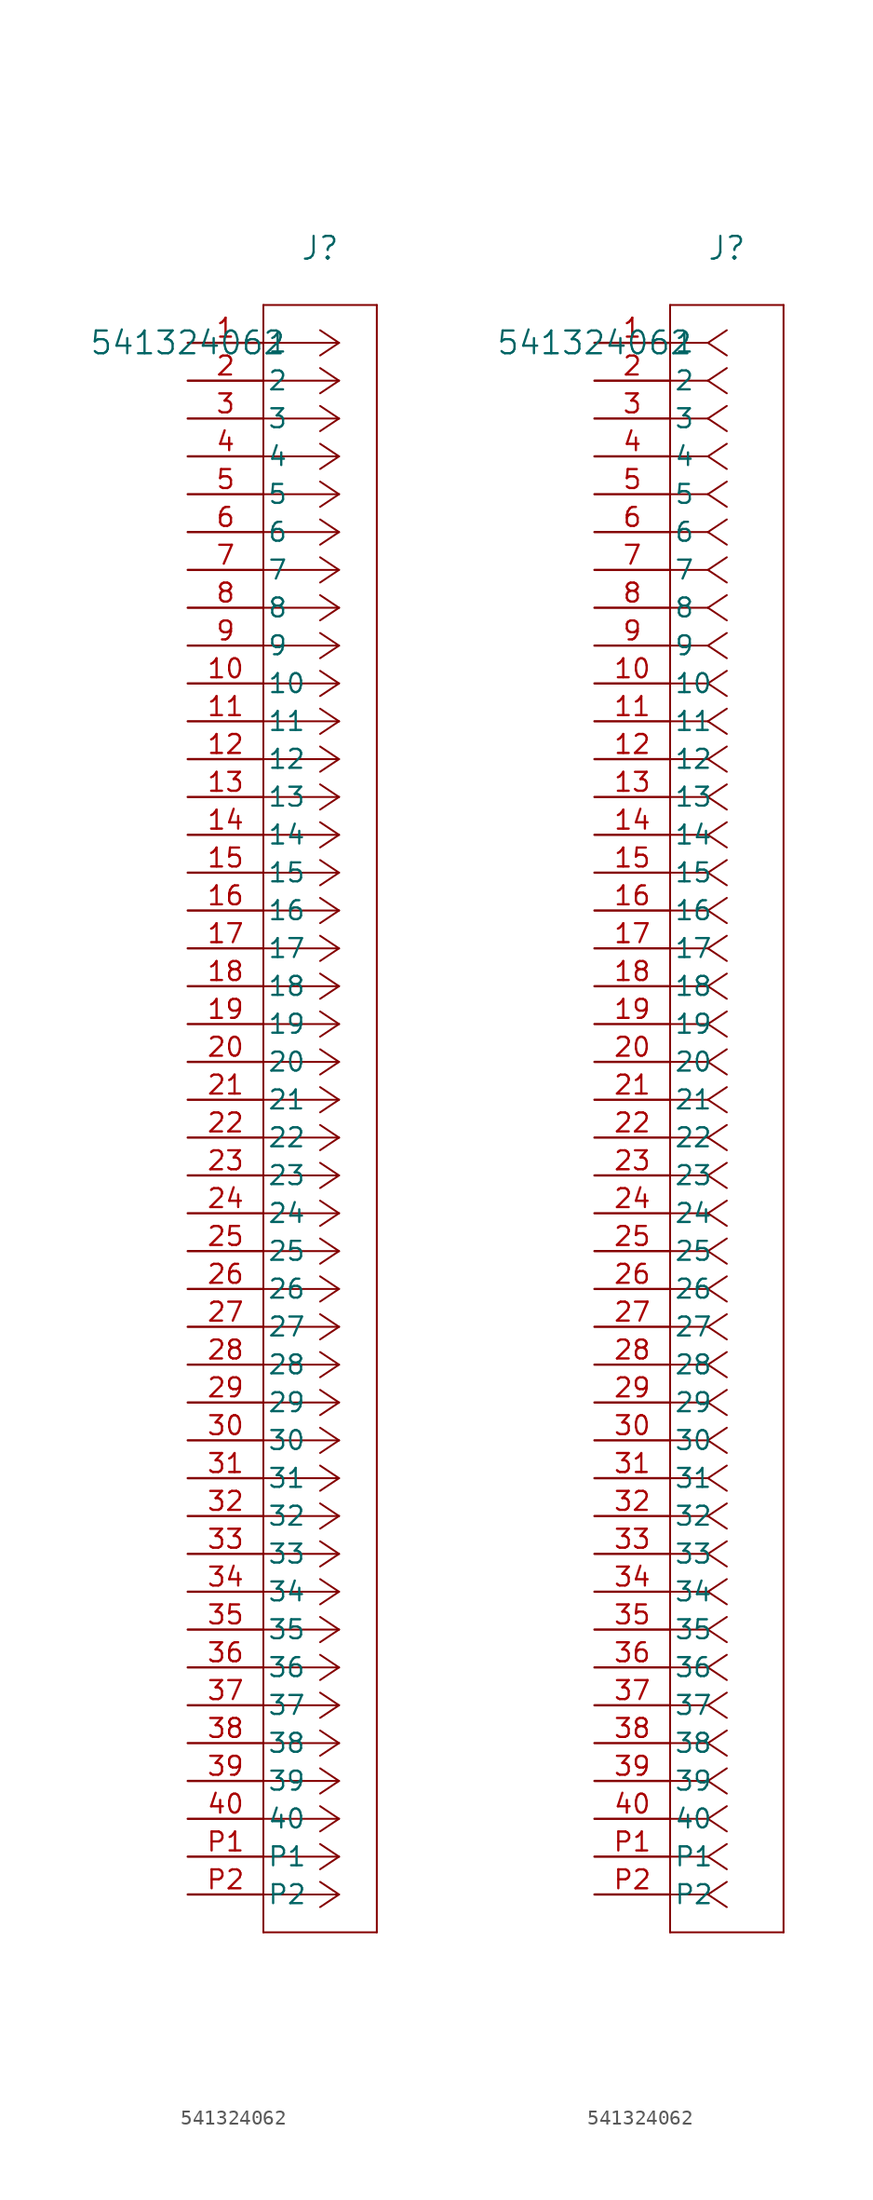
<source format=kicad_sym>
(kicad_symbol_lib
  (version 20241209)
  (generator "kicad_symbol_editor")
  (generator_version "9.0")
  (symbol "541324062"
    (pin_names
      (offset 0.254))
    (property "Reference" "J"
      (at 8.89 6.35 0)
      (effects (font (size 1.524 1.524))))
    (property "Value" "541324062"
      (at 0 0 0)
      (effects (font (size 1.524 1.524))))
    (symbol "541324062_1_1"
      (polyline (pts (xy 5.08 2.54) (xy 5.08 -106.68)) (stroke (width 0.127) (type default)) (fill (type none)))
      (polyline (pts (xy 5.08 -106.68) (xy 12.7 -106.68)) (stroke (width 0.127) (type default)) (fill (type none)))
      (polyline (pts (xy 10.16 0) (xy 5.08 0)) (stroke (width 0.127) (type default)) (fill (type none)))
      (polyline (pts (xy 10.16 0) (xy 8.89 0.847)) (stroke (width 0.127) (type default)) (fill (type none)))
      (polyline (pts (xy 10.16 0) (xy 8.89 -0.847)) (stroke (width 0.127) (type default)) (fill (type none)))
      (polyline (pts (xy 10.16 -2.54) (xy 5.08 -2.54)) (stroke (width 0.127) (type default)) (fill (type none)))
      (polyline (pts (xy 10.16 -2.54) (xy 8.89 -1.693)) (stroke (width 0.127) (type default)) (fill (type none)))
      (polyline (pts (xy 10.16 -2.54) (xy 8.89 -3.387)) (stroke (width 0.127) (type default)) (fill (type none)))
      (polyline (pts (xy 10.16 -5.08) (xy 5.08 -5.08)) (stroke (width 0.127) (type default)) (fill (type none)))
      (polyline (pts (xy 10.16 -5.08) (xy 8.89 -4.233)) (stroke (width 0.127) (type default)) (fill (type none)))
      (polyline (pts (xy 10.16 -5.08) (xy 8.89 -5.927)) (stroke (width 0.127) (type default)) (fill (type none)))
      (polyline (pts (xy 10.16 -7.62) (xy 5.08 -7.62)) (stroke (width 0.127) (type default)) (fill (type none)))
      (polyline (pts (xy 10.16 -7.62) (xy 8.89 -6.773)) (stroke (width 0.127) (type default)) (fill (type none)))
      (polyline (pts (xy 10.16 -7.62) (xy 8.89 -8.467)) (stroke (width 0.127) (type default)) (fill (type none)))
      (polyline (pts (xy 10.16 -10.16) (xy 5.08 -10.16)) (stroke (width 0.127) (type default)) (fill (type none)))
      (polyline (pts (xy 10.16 -10.16) (xy 8.89 -9.313)) (stroke (width 0.127) (type default)) (fill (type none)))
      (polyline (pts (xy 10.16 -10.16) (xy 8.89 -11.007)) (stroke (width 0.127) (type default)) (fill (type none)))
      (polyline (pts (xy 10.16 -12.7) (xy 5.08 -12.7)) (stroke (width 0.127) (type default)) (fill (type none)))
      (polyline (pts (xy 10.16 -12.7) (xy 8.89 -11.853)) (stroke (width 0.127) (type default)) (fill (type none)))
      (polyline (pts (xy 10.16 -12.7) (xy 8.89 -13.547)) (stroke (width 0.127) (type default)) (fill (type none)))
      (polyline (pts (xy 10.16 -15.24) (xy 5.08 -15.24)) (stroke (width 0.127) (type default)) (fill (type none)))
      (polyline (pts (xy 10.16 -15.24) (xy 8.89 -14.393)) (stroke (width 0.127) (type default)) (fill (type none)))
      (polyline (pts (xy 10.16 -15.24) (xy 8.89 -16.087)) (stroke (width 0.127) (type default)) (fill (type none)))
      (polyline (pts (xy 10.16 -17.78) (xy 5.08 -17.78)) (stroke (width 0.127) (type default)) (fill (type none)))
      (polyline (pts (xy 10.16 -17.78) (xy 8.89 -16.933)) (stroke (width 0.127) (type default)) (fill (type none)))
      (polyline (pts (xy 10.16 -17.78) (xy 8.89 -18.627)) (stroke (width 0.127) (type default)) (fill (type none)))
      (polyline (pts (xy 10.16 -20.32) (xy 5.08 -20.32)) (stroke (width 0.127) (type default)) (fill (type none)))
      (polyline (pts (xy 10.16 -20.32) (xy 8.89 -19.473)) (stroke (width 0.127) (type default)) (fill (type none)))
      (polyline (pts (xy 10.16 -20.32) (xy 8.89 -21.167)) (stroke (width 0.127) (type default)) (fill (type none)))
      (polyline (pts (xy 10.16 -22.86) (xy 5.08 -22.86)) (stroke (width 0.127) (type default)) (fill (type none)))
      (polyline (pts (xy 10.16 -22.86) (xy 8.89 -22.013)) (stroke (width 0.127) (type default)) (fill (type none)))
      (polyline (pts (xy 10.16 -22.86) (xy 8.89 -23.707)) (stroke (width 0.127) (type default)) (fill (type none)))
      (polyline (pts (xy 10.16 -25.4) (xy 5.08 -25.4)) (stroke (width 0.127) (type default)) (fill (type none)))
      (polyline (pts (xy 10.16 -25.4) (xy 8.89 -24.553)) (stroke (width 0.127) (type default)) (fill (type none)))
      (polyline (pts (xy 10.16 -25.4) (xy 8.89 -26.247)) (stroke (width 0.127) (type default)) (fill (type none)))
      (polyline (pts (xy 10.16 -27.94) (xy 5.08 -27.94)) (stroke (width 0.127) (type default)) (fill (type none)))
      (polyline (pts (xy 10.16 -27.94) (xy 8.89 -27.093)) (stroke (width 0.127) (type default)) (fill (type none)))
      (polyline (pts (xy 10.16 -27.94) (xy 8.89 -28.787)) (stroke (width 0.127) (type default)) (fill (type none)))
      (polyline (pts (xy 10.16 -30.48) (xy 5.08 -30.48)) (stroke (width 0.127) (type default)) (fill (type none)))
      (polyline (pts (xy 10.16 -30.48) (xy 8.89 -29.633)) (stroke (width 0.127) (type default)) (fill (type none)))
      (polyline (pts (xy 10.16 -30.48) (xy 8.89 -31.327)) (stroke (width 0.127) (type default)) (fill (type none)))
      (polyline (pts (xy 10.16 -33.02) (xy 5.08 -33.02)) (stroke (width 0.127) (type default)) (fill (type none)))
      (polyline (pts (xy 10.16 -33.02) (xy 8.89 -32.173)) (stroke (width 0.127) (type default)) (fill (type none)))
      (polyline (pts (xy 10.16 -33.02) (xy 8.89 -33.867)) (stroke (width 0.127) (type default)) (fill (type none)))
      (polyline (pts (xy 10.16 -35.56) (xy 5.08 -35.56)) (stroke (width 0.127) (type default)) (fill (type none)))
      (polyline (pts (xy 10.16 -35.56) (xy 8.89 -34.713)) (stroke (width 0.127) (type default)) (fill (type none)))
      (polyline (pts (xy 10.16 -35.56) (xy 8.89 -36.407)) (stroke (width 0.127) (type default)) (fill (type none)))
      (polyline (pts (xy 10.16 -38.1) (xy 5.08 -38.1)) (stroke (width 0.127) (type default)) (fill (type none)))
      (polyline (pts (xy 10.16 -38.1) (xy 8.89 -37.253)) (stroke (width 0.127) (type default)) (fill (type none)))
      (polyline (pts (xy 10.16 -38.1) (xy 8.89 -38.947)) (stroke (width 0.127) (type default)) (fill (type none)))
      (polyline (pts (xy 10.16 -40.64) (xy 5.08 -40.64)) (stroke (width 0.127) (type default)) (fill (type none)))
      (polyline (pts (xy 10.16 -40.64) (xy 8.89 -39.793)) (stroke (width 0.127) (type default)) (fill (type none)))
      (polyline (pts (xy 10.16 -40.64) (xy 8.89 -41.487)) (stroke (width 0.127) (type default)) (fill (type none)))
      (polyline (pts (xy 10.16 -43.18) (xy 5.08 -43.18)) (stroke (width 0.127) (type default)) (fill (type none)))
      (polyline (pts (xy 10.16 -43.18) (xy 8.89 -42.333)) (stroke (width 0.127) (type default)) (fill (type none)))
      (polyline (pts (xy 10.16 -43.18) (xy 8.89 -44.027)) (stroke (width 0.127) (type default)) (fill (type none)))
      (polyline (pts (xy 10.16 -45.72) (xy 5.08 -45.72)) (stroke (width 0.127) (type default)) (fill (type none)))
      (polyline (pts (xy 10.16 -45.72) (xy 8.89 -44.873)) (stroke (width 0.127) (type default)) (fill (type none)))
      (polyline (pts (xy 10.16 -45.72) (xy 8.89 -46.567)) (stroke (width 0.127) (type default)) (fill (type none)))
      (polyline (pts (xy 10.16 -48.26) (xy 5.08 -48.26)) (stroke (width 0.127) (type default)) (fill (type none)))
      (polyline (pts (xy 10.16 -48.26) (xy 8.89 -47.413)) (stroke (width 0.127) (type default)) (fill (type none)))
      (polyline (pts (xy 10.16 -48.26) (xy 8.89 -49.107)) (stroke (width 0.127) (type default)) (fill (type none)))
      (polyline (pts (xy 10.16 -50.8) (xy 5.08 -50.8)) (stroke (width 0.127) (type default)) (fill (type none)))
      (polyline (pts (xy 10.16 -50.8) (xy 8.89 -49.953)) (stroke (width 0.127) (type default)) (fill (type none)))
      (polyline (pts (xy 10.16 -50.8) (xy 8.89 -51.647)) (stroke (width 0.127) (type default)) (fill (type none)))
      (polyline (pts (xy 10.16 -53.34) (xy 5.08 -53.34)) (stroke (width 0.127) (type default)) (fill (type none)))
      (polyline (pts (xy 10.16 -53.34) (xy 8.89 -52.493)) (stroke (width 0.127) (type default)) (fill (type none)))
      (polyline (pts (xy 10.16 -53.34) (xy 8.89 -54.187)) (stroke (width 0.127) (type default)) (fill (type none)))
      (polyline (pts (xy 10.16 -55.88) (xy 5.08 -55.88)) (stroke (width 0.127) (type default)) (fill (type none)))
      (polyline (pts (xy 10.16 -55.88) (xy 8.89 -55.033)) (stroke (width 0.127) (type default)) (fill (type none)))
      (polyline (pts (xy 10.16 -55.88) (xy 8.89 -56.727)) (stroke (width 0.127) (type default)) (fill (type none)))
      (polyline (pts (xy 10.16 -58.42) (xy 5.08 -58.42)) (stroke (width 0.127) (type default)) (fill (type none)))
      (polyline (pts (xy 10.16 -58.42) (xy 8.89 -57.573)) (stroke (width 0.127) (type default)) (fill (type none)))
      (polyline (pts (xy 10.16 -58.42) (xy 8.89 -59.267)) (stroke (width 0.127) (type default)) (fill (type none)))
      (polyline (pts (xy 10.16 -60.96) (xy 5.08 -60.96)) (stroke (width 0.127) (type default)) (fill (type none)))
      (polyline (pts (xy 10.16 -60.96) (xy 8.89 -60.113)) (stroke (width 0.127) (type default)) (fill (type none)))
      (polyline (pts (xy 10.16 -60.96) (xy 8.89 -61.807)) (stroke (width 0.127) (type default)) (fill (type none)))
      (polyline (pts (xy 10.16 -63.5) (xy 5.08 -63.5)) (stroke (width 0.127) (type default)) (fill (type none)))
      (polyline (pts (xy 10.16 -63.5) (xy 8.89 -62.653)) (stroke (width 0.127) (type default)) (fill (type none)))
      (polyline (pts (xy 10.16 -63.5) (xy 8.89 -64.347)) (stroke (width 0.127) (type default)) (fill (type none)))
      (polyline (pts (xy 10.16 -66.04) (xy 5.08 -66.04)) (stroke (width 0.127) (type default)) (fill (type none)))
      (polyline (pts (xy 10.16 -66.04) (xy 8.89 -65.193)) (stroke (width 0.127) (type default)) (fill (type none)))
      (polyline (pts (xy 10.16 -66.04) (xy 8.89 -66.887)) (stroke (width 0.127) (type default)) (fill (type none)))
      (polyline (pts (xy 10.16 -68.58) (xy 5.08 -68.58)) (stroke (width 0.127) (type default)) (fill (type none)))
      (polyline (pts (xy 10.16 -68.58) (xy 8.89 -67.733)) (stroke (width 0.127) (type default)) (fill (type none)))
      (polyline (pts (xy 10.16 -68.58) (xy 8.89 -69.427)) (stroke (width 0.127) (type default)) (fill (type none)))
      (polyline (pts (xy 10.16 -71.12) (xy 5.08 -71.12)) (stroke (width 0.127) (type default)) (fill (type none)))
      (polyline (pts (xy 10.16 -71.12) (xy 8.89 -70.273)) (stroke (width 0.127) (type default)) (fill (type none)))
      (polyline (pts (xy 10.16 -71.12) (xy 8.89 -71.967)) (stroke (width 0.127) (type default)) (fill (type none)))
      (polyline (pts (xy 10.16 -73.66) (xy 5.08 -73.66)) (stroke (width 0.127) (type default)) (fill (type none)))
      (polyline (pts (xy 10.16 -73.66) (xy 8.89 -72.813)) (stroke (width 0.127) (type default)) (fill (type none)))
      (polyline (pts (xy 10.16 -73.66) (xy 8.89 -74.507)) (stroke (width 0.127) (type default)) (fill (type none)))
      (polyline (pts (xy 10.16 -76.2) (xy 5.08 -76.2)) (stroke (width 0.127) (type default)) (fill (type none)))
      (polyline (pts (xy 10.16 -76.2) (xy 8.89 -75.353)) (stroke (width 0.127) (type default)) (fill (type none)))
      (polyline (pts (xy 10.16 -76.2) (xy 8.89 -77.047)) (stroke (width 0.127) (type default)) (fill (type none)))
      (polyline (pts (xy 10.16 -78.74) (xy 5.08 -78.74)) (stroke (width 0.127) (type default)) (fill (type none)))
      (polyline (pts (xy 10.16 -78.74) (xy 8.89 -77.893)) (stroke (width 0.127) (type default)) (fill (type none)))
      (polyline (pts (xy 10.16 -78.74) (xy 8.89 -79.587)) (stroke (width 0.127) (type default)) (fill (type none)))
      (polyline (pts (xy 10.16 -81.28) (xy 5.08 -81.28)) (stroke (width 0.127) (type default)) (fill (type none)))
      (polyline (pts (xy 10.16 -81.28) (xy 8.89 -80.433)) (stroke (width 0.127) (type default)) (fill (type none)))
      (polyline (pts (xy 10.16 -81.28) (xy 8.89 -82.127)) (stroke (width 0.127) (type default)) (fill (type none)))
      (polyline (pts (xy 10.16 -83.82) (xy 5.08 -83.82)) (stroke (width 0.127) (type default)) (fill (type none)))
      (polyline (pts (xy 10.16 -83.82) (xy 8.89 -82.973)) (stroke (width 0.127) (type default)) (fill (type none)))
      (polyline (pts (xy 10.16 -83.82) (xy 8.89 -84.667)) (stroke (width 0.127) (type default)) (fill (type none)))
      (polyline (pts (xy 10.16 -86.36) (xy 5.08 -86.36)) (stroke (width 0.127) (type default)) (fill (type none)))
      (polyline (pts (xy 10.16 -86.36) (xy 8.89 -85.513)) (stroke (width 0.127) (type default)) (fill (type none)))
      (polyline (pts (xy 10.16 -86.36) (xy 8.89 -87.207)) (stroke (width 0.127) (type default)) (fill (type none)))
      (polyline (pts (xy 10.16 -88.9) (xy 5.08 -88.9)) (stroke (width 0.127) (type default)) (fill (type none)))
      (polyline (pts (xy 10.16 -88.9) (xy 8.89 -88.053)) (stroke (width 0.127) (type default)) (fill (type none)))
      (polyline (pts (xy 10.16 -88.9) (xy 8.89 -89.747)) (stroke (width 0.127) (type default)) (fill (type none)))
      (polyline (pts (xy 10.16 -91.44) (xy 5.08 -91.44)) (stroke (width 0.127) (type default)) (fill (type none)))
      (polyline (pts (xy 10.16 -91.44) (xy 8.89 -90.593)) (stroke (width 0.127) (type default)) (fill (type none)))
      (polyline (pts (xy 10.16 -91.44) (xy 8.89 -92.287)) (stroke (width 0.127) (type default)) (fill (type none)))
      (polyline (pts (xy 10.16 -93.98) (xy 5.08 -93.98)) (stroke (width 0.127) (type default)) (fill (type none)))
      (polyline (pts (xy 10.16 -93.98) (xy 8.89 -93.133)) (stroke (width 0.127) (type default)) (fill (type none)))
      (polyline (pts (xy 10.16 -93.98) (xy 8.89 -94.827)) (stroke (width 0.127) (type default)) (fill (type none)))
      (polyline (pts (xy 10.16 -96.52) (xy 5.08 -96.52)) (stroke (width 0.127) (type default)) (fill (type none)))
      (polyline (pts (xy 10.16 -96.52) (xy 8.89 -95.673)) (stroke (width 0.127) (type default)) (fill (type none)))
      (polyline (pts (xy 10.16 -96.52) (xy 8.89 -97.367)) (stroke (width 0.127) (type default)) (fill (type none)))
      (polyline (pts (xy 10.16 -99.06) (xy 5.08 -99.06)) (stroke (width 0.127) (type default)) (fill (type none)))
      (polyline (pts (xy 10.16 -99.06) (xy 8.89 -98.213)) (stroke (width 0.127) (type default)) (fill (type none)))
      (polyline (pts (xy 10.16 -99.06) (xy 8.89 -99.907)) (stroke (width 0.127) (type default)) (fill (type none)))
      (polyline (pts (xy 10.16 -101.6) (xy 5.08 -101.6)) (stroke (width 0.127) (type default)) (fill (type none)))
      (polyline (pts (xy 10.16 -101.6) (xy 8.89 -100.753)) (stroke (width 0.127) (type default)) (fill (type none)))
      (polyline (pts (xy 10.16 -101.6) (xy 8.89 -102.447)) (stroke (width 0.127) (type default)) (fill (type none)))
      (polyline (pts (xy 10.16 -104.14) (xy 5.08 -104.14)) (stroke (width 0.127) (type default)) (fill (type none)))
      (polyline (pts (xy 10.16 -104.14) (xy 8.89 -103.293)) (stroke (width 0.127) (type default)) (fill (type none)))
      (polyline (pts (xy 10.16 -104.14) (xy 8.89 -104.987)) (stroke (width 0.127) (type default)) (fill (type none)))
      (polyline (pts (xy 12.7 2.54) (xy 5.08 2.54)) (stroke (width 0.127) (type default)) (fill (type none)))
      (polyline (pts (xy 12.7 -106.68) (xy 12.7 2.54)) (stroke (width 0.127) (type default)) (fill (type none)))
      (pin unspecified line (at 0 0 0) (length 5.08) (name "1" (effects (font (size 1.27 1.27)))) (number "1" (effects (font (size 1.27 1.27)))))
      (pin unspecified line (at 0 -2.54 0) (length 5.08) (name "2" (effects (font (size 1.27 1.27)))) (number "2" (effects (font (size 1.27 1.27)))))
      (pin unspecified line (at 0 -5.08 0) (length 5.08) (name "3" (effects (font (size 1.27 1.27)))) (number "3" (effects (font (size 1.27 1.27)))))
      (pin unspecified line (at 0 -7.62 0) (length 5.08) (name "4" (effects (font (size 1.27 1.27)))) (number "4" (effects (font (size 1.27 1.27)))))
      (pin unspecified line (at 0 -10.16 0) (length 5.08) (name "5" (effects (font (size 1.27 1.27)))) (number "5" (effects (font (size 1.27 1.27)))))
      (pin unspecified line (at 0 -12.7 0) (length 5.08) (name "6" (effects (font (size 1.27 1.27)))) (number "6" (effects (font (size 1.27 1.27)))))
      (pin unspecified line (at 0 -15.24 0) (length 5.08) (name "7" (effects (font (size 1.27 1.27)))) (number "7" (effects (font (size 1.27 1.27)))))
      (pin unspecified line (at 0 -17.78 0) (length 5.08) (name "8" (effects (font (size 1.27 1.27)))) (number "8" (effects (font (size 1.27 1.27)))))
      (pin unspecified line (at 0 -20.32 0) (length 5.08) (name "9" (effects (font (size 1.27 1.27)))) (number "9" (effects (font (size 1.27 1.27)))))
      (pin unspecified line (at 0 -22.86 0) (length 5.08) (name "10" (effects (font (size 1.27 1.27)))) (number "10" (effects (font (size 1.27 1.27)))))
      (pin unspecified line (at 0 -25.4 0) (length 5.08) (name "11" (effects (font (size 1.27 1.27)))) (number "11" (effects (font (size 1.27 1.27)))))
      (pin unspecified line (at 0 -27.94 0) (length 5.08) (name "12" (effects (font (size 1.27 1.27)))) (number "12" (effects (font (size 1.27 1.27)))))
      (pin unspecified line (at 0 -30.48 0) (length 5.08) (name "13" (effects (font (size 1.27 1.27)))) (number "13" (effects (font (size 1.27 1.27)))))
      (pin unspecified line (at 0 -33.02 0) (length 5.08) (name "14" (effects (font (size 1.27 1.27)))) (number "14" (effects (font (size 1.27 1.27)))))
      (pin unspecified line (at 0 -35.56 0) (length 5.08) (name "15" (effects (font (size 1.27 1.27)))) (number "15" (effects (font (size 1.27 1.27)))))
      (pin unspecified line (at 0 -38.1 0) (length 5.08) (name "16" (effects (font (size 1.27 1.27)))) (number "16" (effects (font (size 1.27 1.27)))))
      (pin unspecified line (at 0 -40.64 0) (length 5.08) (name "17" (effects (font (size 1.27 1.27)))) (number "17" (effects (font (size 1.27 1.27)))))
      (pin unspecified line (at 0 -43.18 0) (length 5.08) (name "18" (effects (font (size 1.27 1.27)))) (number "18" (effects (font (size 1.27 1.27)))))
      (pin unspecified line (at 0 -45.72 0) (length 5.08) (name "19" (effects (font (size 1.27 1.27)))) (number "19" (effects (font (size 1.27 1.27)))))
      (pin unspecified line (at 0 -48.26 0) (length 5.08) (name "20" (effects (font (size 1.27 1.27)))) (number "20" (effects (font (size 1.27 1.27)))))
      (pin unspecified line (at 0 -50.8 0) (length 5.08) (name "21" (effects (font (size 1.27 1.27)))) (number "21" (effects (font (size 1.27 1.27)))))
      (pin unspecified line (at 0 -53.34 0) (length 5.08) (name "22" (effects (font (size 1.27 1.27)))) (number "22" (effects (font (size 1.27 1.27)))))
      (pin unspecified line (at 0 -55.88 0) (length 5.08) (name "23" (effects (font (size 1.27 1.27)))) (number "23" (effects (font (size 1.27 1.27)))))
      (pin unspecified line (at 0 -58.42 0) (length 5.08) (name "24" (effects (font (size 1.27 1.27)))) (number "24" (effects (font (size 1.27 1.27)))))
      (pin unspecified line (at 0 -60.96 0) (length 5.08) (name "25" (effects (font (size 1.27 1.27)))) (number "25" (effects (font (size 1.27 1.27)))))
      (pin unspecified line (at 0 -63.5 0) (length 5.08) (name "26" (effects (font (size 1.27 1.27)))) (number "26" (effects (font (size 1.27 1.27)))))
      (pin unspecified line (at 0 -66.04 0) (length 5.08) (name "27" (effects (font (size 1.27 1.27)))) (number "27" (effects (font (size 1.27 1.27)))))
      (pin unspecified line (at 0 -68.58 0) (length 5.08) (name "28" (effects (font (size 1.27 1.27)))) (number "28" (effects (font (size 1.27 1.27)))))
      (pin unspecified line (at 0 -71.12 0) (length 5.08) (name "29" (effects (font (size 1.27 1.27)))) (number "29" (effects (font (size 1.27 1.27)))))
      (pin unspecified line (at 0 -73.66 0) (length 5.08) (name "30" (effects (font (size 1.27 1.27)))) (number "30" (effects (font (size 1.27 1.27)))))
      (pin unspecified line (at 0 -76.2 0) (length 5.08) (name "31" (effects (font (size 1.27 1.27)))) (number "31" (effects (font (size 1.27 1.27)))))
      (pin unspecified line (at 0 -78.74 0) (length 5.08) (name "32" (effects (font (size 1.27 1.27)))) (number "32" (effects (font (size 1.27 1.27)))))
      (pin unspecified line (at 0 -81.28 0) (length 5.08) (name "33" (effects (font (size 1.27 1.27)))) (number "33" (effects (font (size 1.27 1.27)))))
      (pin unspecified line (at 0 -83.82 0) (length 5.08) (name "34" (effects (font (size 1.27 1.27)))) (number "34" (effects (font (size 1.27 1.27)))))
      (pin unspecified line (at 0 -86.36 0) (length 5.08) (name "35" (effects (font (size 1.27 1.27)))) (number "35" (effects (font (size 1.27 1.27)))))
      (pin unspecified line (at 0 -88.9 0) (length 5.08) (name "36" (effects (font (size 1.27 1.27)))) (number "36" (effects (font (size 1.27 1.27)))))
      (pin unspecified line (at 0 -91.44 0) (length 5.08) (name "37" (effects (font (size 1.27 1.27)))) (number "37" (effects (font (size 1.27 1.27)))))
      (pin unspecified line (at 0 -93.98 0) (length 5.08) (name "38" (effects (font (size 1.27 1.27)))) (number "38" (effects (font (size 1.27 1.27)))))
      (pin unspecified line (at 0 -96.52 0) (length 5.08) (name "39" (effects (font (size 1.27 1.27)))) (number "39" (effects (font (size 1.27 1.27)))))
      (pin unspecified line (at 0 -99.06 0) (length 5.08) (name "40" (effects (font (size 1.27 1.27)))) (number "40" (effects (font (size 1.27 1.27)))))
      (pin unspecified line (at 0 -101.6 0) (length 5.08) (name "P1" (effects (font (size 1.27 1.27)))) (number "P1" (effects (font (size 1.27 1.27)))))
      (pin unspecified line (at 0 -104.14 0) (length 5.08) (name "P2" (effects (font (size 1.27 1.27)))) (number "P2" (effects (font (size 1.27 1.27))))))
    (symbol "541324062_1_2"
      (polyline (pts (xy 5.08 2.54) (xy 5.08 -106.68)) (stroke (width 0.127) (type default)) (fill (type none)))
      (polyline (pts (xy 5.08 -106.68) (xy 12.7 -106.68)) (stroke (width 0.127) (type default)) (fill (type none)))
      (polyline (pts (xy 7.62 0) (xy 5.08 0)) (stroke (width 0.127) (type default)) (fill (type none)))
      (polyline (pts (xy 7.62 0) (xy 8.89 0.847)) (stroke (width 0.127) (type default)) (fill (type none)))
      (polyline (pts (xy 7.62 0) (xy 8.89 -0.847)) (stroke (width 0.127) (type default)) (fill (type none)))
      (polyline (pts (xy 7.62 -2.54) (xy 5.08 -2.54)) (stroke (width 0.127) (type default)) (fill (type none)))
      (polyline (pts (xy 7.62 -2.54) (xy 8.89 -1.693)) (stroke (width 0.127) (type default)) (fill (type none)))
      (polyline (pts (xy 7.62 -2.54) (xy 8.89 -3.387)) (stroke (width 0.127) (type default)) (fill (type none)))
      (polyline (pts (xy 7.62 -5.08) (xy 5.08 -5.08)) (stroke (width 0.127) (type default)) (fill (type none)))
      (polyline (pts (xy 7.62 -5.08) (xy 8.89 -4.233)) (stroke (width 0.127) (type default)) (fill (type none)))
      (polyline (pts (xy 7.62 -5.08) (xy 8.89 -5.927)) (stroke (width 0.127) (type default)) (fill (type none)))
      (polyline (pts (xy 7.62 -7.62) (xy 5.08 -7.62)) (stroke (width 0.127) (type default)) (fill (type none)))
      (polyline (pts (xy 7.62 -7.62) (xy 8.89 -6.773)) (stroke (width 0.127) (type default)) (fill (type none)))
      (polyline (pts (xy 7.62 -7.62) (xy 8.89 -8.467)) (stroke (width 0.127) (type default)) (fill (type none)))
      (polyline (pts (xy 7.62 -10.16) (xy 5.08 -10.16)) (stroke (width 0.127) (type default)) (fill (type none)))
      (polyline (pts (xy 7.62 -10.16) (xy 8.89 -9.313)) (stroke (width 0.127) (type default)) (fill (type none)))
      (polyline (pts (xy 7.62 -10.16) (xy 8.89 -11.007)) (stroke (width 0.127) (type default)) (fill (type none)))
      (polyline (pts (xy 7.62 -12.7) (xy 5.08 -12.7)) (stroke (width 0.127) (type default)) (fill (type none)))
      (polyline (pts (xy 7.62 -12.7) (xy 8.89 -11.853)) (stroke (width 0.127) (type default)) (fill (type none)))
      (polyline (pts (xy 7.62 -12.7) (xy 8.89 -13.547)) (stroke (width 0.127) (type default)) (fill (type none)))
      (polyline (pts (xy 7.62 -15.24) (xy 5.08 -15.24)) (stroke (width 0.127) (type default)) (fill (type none)))
      (polyline (pts (xy 7.62 -15.24) (xy 8.89 -14.393)) (stroke (width 0.127) (type default)) (fill (type none)))
      (polyline (pts (xy 7.62 -15.24) (xy 8.89 -16.087)) (stroke (width 0.127) (type default)) (fill (type none)))
      (polyline (pts (xy 7.62 -17.78) (xy 5.08 -17.78)) (stroke (width 0.127) (type default)) (fill (type none)))
      (polyline (pts (xy 7.62 -17.78) (xy 8.89 -16.933)) (stroke (width 0.127) (type default)) (fill (type none)))
      (polyline (pts (xy 7.62 -17.78) (xy 8.89 -18.627)) (stroke (width 0.127) (type default)) (fill (type none)))
      (polyline (pts (xy 7.62 -20.32) (xy 5.08 -20.32)) (stroke (width 0.127) (type default)) (fill (type none)))
      (polyline (pts (xy 7.62 -20.32) (xy 8.89 -19.473)) (stroke (width 0.127) (type default)) (fill (type none)))
      (polyline (pts (xy 7.62 -20.32) (xy 8.89 -21.167)) (stroke (width 0.127) (type default)) (fill (type none)))
      (polyline (pts (xy 7.62 -22.86) (xy 5.08 -22.86)) (stroke (width 0.127) (type default)) (fill (type none)))
      (polyline (pts (xy 7.62 -22.86) (xy 8.89 -22.013)) (stroke (width 0.127) (type default)) (fill (type none)))
      (polyline (pts (xy 7.62 -22.86) (xy 8.89 -23.707)) (stroke (width 0.127) (type default)) (fill (type none)))
      (polyline (pts (xy 7.62 -25.4) (xy 5.08 -25.4)) (stroke (width 0.127) (type default)) (fill (type none)))
      (polyline (pts (xy 7.62 -25.4) (xy 8.89 -24.553)) (stroke (width 0.127) (type default)) (fill (type none)))
      (polyline (pts (xy 7.62 -25.4) (xy 8.89 -26.247)) (stroke (width 0.127) (type default)) (fill (type none)))
      (polyline (pts (xy 7.62 -27.94) (xy 5.08 -27.94)) (stroke (width 0.127) (type default)) (fill (type none)))
      (polyline (pts (xy 7.62 -27.94) (xy 8.89 -27.093)) (stroke (width 0.127) (type default)) (fill (type none)))
      (polyline (pts (xy 7.62 -27.94) (xy 8.89 -28.787)) (stroke (width 0.127) (type default)) (fill (type none)))
      (polyline (pts (xy 7.62 -30.48) (xy 5.08 -30.48)) (stroke (width 0.127) (type default)) (fill (type none)))
      (polyline (pts (xy 7.62 -30.48) (xy 8.89 -29.633)) (stroke (width 0.127) (type default)) (fill (type none)))
      (polyline (pts (xy 7.62 -30.48) (xy 8.89 -31.327)) (stroke (width 0.127) (type default)) (fill (type none)))
      (polyline (pts (xy 7.62 -33.02) (xy 5.08 -33.02)) (stroke (width 0.127) (type default)) (fill (type none)))
      (polyline (pts (xy 7.62 -33.02) (xy 8.89 -32.173)) (stroke (width 0.127) (type default)) (fill (type none)))
      (polyline (pts (xy 7.62 -33.02) (xy 8.89 -33.867)) (stroke (width 0.127) (type default)) (fill (type none)))
      (polyline (pts (xy 7.62 -35.56) (xy 5.08 -35.56)) (stroke (width 0.127) (type default)) (fill (type none)))
      (polyline (pts (xy 7.62 -35.56) (xy 8.89 -34.713)) (stroke (width 0.127) (type default)) (fill (type none)))
      (polyline (pts (xy 7.62 -35.56) (xy 8.89 -36.407)) (stroke (width 0.127) (type default)) (fill (type none)))
      (polyline (pts (xy 7.62 -38.1) (xy 5.08 -38.1)) (stroke (width 0.127) (type default)) (fill (type none)))
      (polyline (pts (xy 7.62 -38.1) (xy 8.89 -37.253)) (stroke (width 0.127) (type default)) (fill (type none)))
      (polyline (pts (xy 7.62 -38.1) (xy 8.89 -38.947)) (stroke (width 0.127) (type default)) (fill (type none)))
      (polyline (pts (xy 7.62 -40.64) (xy 5.08 -40.64)) (stroke (width 0.127) (type default)) (fill (type none)))
      (polyline (pts (xy 7.62 -40.64) (xy 8.89 -39.793)) (stroke (width 0.127) (type default)) (fill (type none)))
      (polyline (pts (xy 7.62 -40.64) (xy 8.89 -41.487)) (stroke (width 0.127) (type default)) (fill (type none)))
      (polyline (pts (xy 7.62 -43.18) (xy 5.08 -43.18)) (stroke (width 0.127) (type default)) (fill (type none)))
      (polyline (pts (xy 7.62 -43.18) (xy 8.89 -42.333)) (stroke (width 0.127) (type default)) (fill (type none)))
      (polyline (pts (xy 7.62 -43.18) (xy 8.89 -44.027)) (stroke (width 0.127) (type default)) (fill (type none)))
      (polyline (pts (xy 7.62 -45.72) (xy 5.08 -45.72)) (stroke (width 0.127) (type default)) (fill (type none)))
      (polyline (pts (xy 7.62 -45.72) (xy 8.89 -44.873)) (stroke (width 0.127) (type default)) (fill (type none)))
      (polyline (pts (xy 7.62 -45.72) (xy 8.89 -46.567)) (stroke (width 0.127) (type default)) (fill (type none)))
      (polyline (pts (xy 7.62 -48.26) (xy 5.08 -48.26)) (stroke (width 0.127) (type default)) (fill (type none)))
      (polyline (pts (xy 7.62 -48.26) (xy 8.89 -47.413)) (stroke (width 0.127) (type default)) (fill (type none)))
      (polyline (pts (xy 7.62 -48.26) (xy 8.89 -49.107)) (stroke (width 0.127) (type default)) (fill (type none)))
      (polyline (pts (xy 7.62 -50.8) (xy 5.08 -50.8)) (stroke (width 0.127) (type default)) (fill (type none)))
      (polyline (pts (xy 7.62 -50.8) (xy 8.89 -49.953)) (stroke (width 0.127) (type default)) (fill (type none)))
      (polyline (pts (xy 7.62 -50.8) (xy 8.89 -51.647)) (stroke (width 0.127) (type default)) (fill (type none)))
      (polyline (pts (xy 7.62 -53.34) (xy 5.08 -53.34)) (stroke (width 0.127) (type default)) (fill (type none)))
      (polyline (pts (xy 7.62 -53.34) (xy 8.89 -52.493)) (stroke (width 0.127) (type default)) (fill (type none)))
      (polyline (pts (xy 7.62 -53.34) (xy 8.89 -54.187)) (stroke (width 0.127) (type default)) (fill (type none)))
      (polyline (pts (xy 7.62 -55.88) (xy 5.08 -55.88)) (stroke (width 0.127) (type default)) (fill (type none)))
      (polyline (pts (xy 7.62 -55.88) (xy 8.89 -55.033)) (stroke (width 0.127) (type default)) (fill (type none)))
      (polyline (pts (xy 7.62 -55.88) (xy 8.89 -56.727)) (stroke (width 0.127) (type default)) (fill (type none)))
      (polyline (pts (xy 7.62 -58.42) (xy 5.08 -58.42)) (stroke (width 0.127) (type default)) (fill (type none)))
      (polyline (pts (xy 7.62 -58.42) (xy 8.89 -57.573)) (stroke (width 0.127) (type default)) (fill (type none)))
      (polyline (pts (xy 7.62 -58.42) (xy 8.89 -59.267)) (stroke (width 0.127) (type default)) (fill (type none)))
      (polyline (pts (xy 7.62 -60.96) (xy 5.08 -60.96)) (stroke (width 0.127) (type default)) (fill (type none)))
      (polyline (pts (xy 7.62 -60.96) (xy 8.89 -60.113)) (stroke (width 0.127) (type default)) (fill (type none)))
      (polyline (pts (xy 7.62 -60.96) (xy 8.89 -61.807)) (stroke (width 0.127) (type default)) (fill (type none)))
      (polyline (pts (xy 7.62 -63.5) (xy 5.08 -63.5)) (stroke (width 0.127) (type default)) (fill (type none)))
      (polyline (pts (xy 7.62 -63.5) (xy 8.89 -62.653)) (stroke (width 0.127) (type default)) (fill (type none)))
      (polyline (pts (xy 7.62 -63.5) (xy 8.89 -64.347)) (stroke (width 0.127) (type default)) (fill (type none)))
      (polyline (pts (xy 7.62 -66.04) (xy 5.08 -66.04)) (stroke (width 0.127) (type default)) (fill (type none)))
      (polyline (pts (xy 7.62 -66.04) (xy 8.89 -65.193)) (stroke (width 0.127) (type default)) (fill (type none)))
      (polyline (pts (xy 7.62 -66.04) (xy 8.89 -66.887)) (stroke (width 0.127) (type default)) (fill (type none)))
      (polyline (pts (xy 7.62 -68.58) (xy 5.08 -68.58)) (stroke (width 0.127) (type default)) (fill (type none)))
      (polyline (pts (xy 7.62 -68.58) (xy 8.89 -67.733)) (stroke (width 0.127) (type default)) (fill (type none)))
      (polyline (pts (xy 7.62 -68.58) (xy 8.89 -69.427)) (stroke (width 0.127) (type default)) (fill (type none)))
      (polyline (pts (xy 7.62 -71.12) (xy 5.08 -71.12)) (stroke (width 0.127) (type default)) (fill (type none)))
      (polyline (pts (xy 7.62 -71.12) (xy 8.89 -70.273)) (stroke (width 0.127) (type default)) (fill (type none)))
      (polyline (pts (xy 7.62 -71.12) (xy 8.89 -71.967)) (stroke (width 0.127) (type default)) (fill (type none)))
      (polyline (pts (xy 7.62 -73.66) (xy 5.08 -73.66)) (stroke (width 0.127) (type default)) (fill (type none)))
      (polyline (pts (xy 7.62 -73.66) (xy 8.89 -72.813)) (stroke (width 0.127) (type default)) (fill (type none)))
      (polyline (pts (xy 7.62 -73.66) (xy 8.89 -74.507)) (stroke (width 0.127) (type default)) (fill (type none)))
      (polyline (pts (xy 7.62 -76.2) (xy 5.08 -76.2)) (stroke (width 0.127) (type default)) (fill (type none)))
      (polyline (pts (xy 7.62 -76.2) (xy 8.89 -75.353)) (stroke (width 0.127) (type default)) (fill (type none)))
      (polyline (pts (xy 7.62 -76.2) (xy 8.89 -77.047)) (stroke (width 0.127) (type default)) (fill (type none)))
      (polyline (pts (xy 7.62 -78.74) (xy 5.08 -78.74)) (stroke (width 0.127) (type default)) (fill (type none)))
      (polyline (pts (xy 7.62 -78.74) (xy 8.89 -77.893)) (stroke (width 0.127) (type default)) (fill (type none)))
      (polyline (pts (xy 7.62 -78.74) (xy 8.89 -79.587)) (stroke (width 0.127) (type default)) (fill (type none)))
      (polyline (pts (xy 7.62 -81.28) (xy 5.08 -81.28)) (stroke (width 0.127) (type default)) (fill (type none)))
      (polyline (pts (xy 7.62 -81.28) (xy 8.89 -80.433)) (stroke (width 0.127) (type default)) (fill (type none)))
      (polyline (pts (xy 7.62 -81.28) (xy 8.89 -82.127)) (stroke (width 0.127) (type default)) (fill (type none)))
      (polyline (pts (xy 7.62 -83.82) (xy 5.08 -83.82)) (stroke (width 0.127) (type default)) (fill (type none)))
      (polyline (pts (xy 7.62 -83.82) (xy 8.89 -82.973)) (stroke (width 0.127) (type default)) (fill (type none)))
      (polyline (pts (xy 7.62 -83.82) (xy 8.89 -84.667)) (stroke (width 0.127) (type default)) (fill (type none)))
      (polyline (pts (xy 7.62 -86.36) (xy 5.08 -86.36)) (stroke (width 0.127) (type default)) (fill (type none)))
      (polyline (pts (xy 7.62 -86.36) (xy 8.89 -85.513)) (stroke (width 0.127) (type default)) (fill (type none)))
      (polyline (pts (xy 7.62 -86.36) (xy 8.89 -87.207)) (stroke (width 0.127) (type default)) (fill (type none)))
      (polyline (pts (xy 7.62 -88.9) (xy 5.08 -88.9)) (stroke (width 0.127) (type default)) (fill (type none)))
      (polyline (pts (xy 7.62 -88.9) (xy 8.89 -88.053)) (stroke (width 0.127) (type default)) (fill (type none)))
      (polyline (pts (xy 7.62 -88.9) (xy 8.89 -89.747)) (stroke (width 0.127) (type default)) (fill (type none)))
      (polyline (pts (xy 7.62 -91.44) (xy 5.08 -91.44)) (stroke (width 0.127) (type default)) (fill (type none)))
      (polyline (pts (xy 7.62 -91.44) (xy 8.89 -90.593)) (stroke (width 0.127) (type default)) (fill (type none)))
      (polyline (pts (xy 7.62 -91.44) (xy 8.89 -92.287)) (stroke (width 0.127) (type default)) (fill (type none)))
      (polyline (pts (xy 7.62 -93.98) (xy 5.08 -93.98)) (stroke (width 0.127) (type default)) (fill (type none)))
      (polyline (pts (xy 7.62 -93.98) (xy 8.89 -93.133)) (stroke (width 0.127) (type default)) (fill (type none)))
      (polyline (pts (xy 7.62 -93.98) (xy 8.89 -94.827)) (stroke (width 0.127) (type default)) (fill (type none)))
      (polyline (pts (xy 7.62 -96.52) (xy 5.08 -96.52)) (stroke (width 0.127) (type default)) (fill (type none)))
      (polyline (pts (xy 7.62 -96.52) (xy 8.89 -95.673)) (stroke (width 0.127) (type default)) (fill (type none)))
      (polyline (pts (xy 7.62 -96.52) (xy 8.89 -97.367)) (stroke (width 0.127) (type default)) (fill (type none)))
      (polyline (pts (xy 7.62 -99.06) (xy 5.08 -99.06)) (stroke (width 0.127) (type default)) (fill (type none)))
      (polyline (pts (xy 7.62 -99.06) (xy 8.89 -98.213)) (stroke (width 0.127) (type default)) (fill (type none)))
      (polyline (pts (xy 7.62 -99.06) (xy 8.89 -99.907)) (stroke (width 0.127) (type default)) (fill (type none)))
      (polyline (pts (xy 7.62 -101.6) (xy 5.08 -101.6)) (stroke (width 0.127) (type default)) (fill (type none)))
      (polyline (pts (xy 7.62 -101.6) (xy 8.89 -100.753)) (stroke (width 0.127) (type default)) (fill (type none)))
      (polyline (pts (xy 7.62 -101.6) (xy 8.89 -102.447)) (stroke (width 0.127) (type default)) (fill (type none)))
      (polyline (pts (xy 7.62 -104.14) (xy 5.08 -104.14)) (stroke (width 0.127) (type default)) (fill (type none)))
      (polyline (pts (xy 7.62 -104.14) (xy 8.89 -103.293)) (stroke (width 0.127) (type default)) (fill (type none)))
      (polyline (pts (xy 7.62 -104.14) (xy 8.89 -104.987)) (stroke (width 0.127) (type default)) (fill (type none)))
      (polyline (pts (xy 12.7 2.54) (xy 5.08 2.54)) (stroke (width 0.127) (type default)) (fill (type none)))
      (polyline (pts (xy 12.7 -106.68) (xy 12.7 2.54)) (stroke (width 0.127) (type default)) (fill (type none)))
      (pin unspecified line (at 0 0 0) (length 5.08) (name "1" (effects (font (size 1.27 1.27)))) (number "1" (effects (font (size 1.27 1.27)))))
      (pin unspecified line (at 0 -2.54 0) (length 5.08) (name "2" (effects (font (size 1.27 1.27)))) (number "2" (effects (font (size 1.27 1.27)))))
      (pin unspecified line (at 0 -5.08 0) (length 5.08) (name "3" (effects (font (size 1.27 1.27)))) (number "3" (effects (font (size 1.27 1.27)))))
      (pin unspecified line (at 0 -7.62 0) (length 5.08) (name "4" (effects (font (size 1.27 1.27)))) (number "4" (effects (font (size 1.27 1.27)))))
      (pin unspecified line (at 0 -10.16 0) (length 5.08) (name "5" (effects (font (size 1.27 1.27)))) (number "5" (effects (font (size 1.27 1.27)))))
      (pin unspecified line (at 0 -12.7 0) (length 5.08) (name "6" (effects (font (size 1.27 1.27)))) (number "6" (effects (font (size 1.27 1.27)))))
      (pin unspecified line (at 0 -15.24 0) (length 5.08) (name "7" (effects (font (size 1.27 1.27)))) (number "7" (effects (font (size 1.27 1.27)))))
      (pin unspecified line (at 0 -17.78 0) (length 5.08) (name "8" (effects (font (size 1.27 1.27)))) (number "8" (effects (font (size 1.27 1.27)))))
      (pin unspecified line (at 0 -20.32 0) (length 5.08) (name "9" (effects (font (size 1.27 1.27)))) (number "9" (effects (font (size 1.27 1.27)))))
      (pin unspecified line (at 0 -22.86 0) (length 5.08) (name "10" (effects (font (size 1.27 1.27)))) (number "10" (effects (font (size 1.27 1.27)))))
      (pin unspecified line (at 0 -25.4 0) (length 5.08) (name "11" (effects (font (size 1.27 1.27)))) (number "11" (effects (font (size 1.27 1.27)))))
      (pin unspecified line (at 0 -27.94 0) (length 5.08) (name "12" (effects (font (size 1.27 1.27)))) (number "12" (effects (font (size 1.27 1.27)))))
      (pin unspecified line (at 0 -30.48 0) (length 5.08) (name "13" (effects (font (size 1.27 1.27)))) (number "13" (effects (font (size 1.27 1.27)))))
      (pin unspecified line (at 0 -33.02 0) (length 5.08) (name "14" (effects (font (size 1.27 1.27)))) (number "14" (effects (font (size 1.27 1.27)))))
      (pin unspecified line (at 0 -35.56 0) (length 5.08) (name "15" (effects (font (size 1.27 1.27)))) (number "15" (effects (font (size 1.27 1.27)))))
      (pin unspecified line (at 0 -38.1 0) (length 5.08) (name "16" (effects (font (size 1.27 1.27)))) (number "16" (effects (font (size 1.27 1.27)))))
      (pin unspecified line (at 0 -40.64 0) (length 5.08) (name "17" (effects (font (size 1.27 1.27)))) (number "17" (effects (font (size 1.27 1.27)))))
      (pin unspecified line (at 0 -43.18 0) (length 5.08) (name "18" (effects (font (size 1.27 1.27)))) (number "18" (effects (font (size 1.27 1.27)))))
      (pin unspecified line (at 0 -45.72 0) (length 5.08) (name "19" (effects (font (size 1.27 1.27)))) (number "19" (effects (font (size 1.27 1.27)))))
      (pin unspecified line (at 0 -48.26 0) (length 5.08) (name "20" (effects (font (size 1.27 1.27)))) (number "20" (effects (font (size 1.27 1.27)))))
      (pin unspecified line (at 0 -50.8 0) (length 5.08) (name "21" (effects (font (size 1.27 1.27)))) (number "21" (effects (font (size 1.27 1.27)))))
      (pin unspecified line (at 0 -53.34 0) (length 5.08) (name "22" (effects (font (size 1.27 1.27)))) (number "22" (effects (font (size 1.27 1.27)))))
      (pin unspecified line (at 0 -55.88 0) (length 5.08) (name "23" (effects (font (size 1.27 1.27)))) (number "23" (effects (font (size 1.27 1.27)))))
      (pin unspecified line (at 0 -58.42 0) (length 5.08) (name "24" (effects (font (size 1.27 1.27)))) (number "24" (effects (font (size 1.27 1.27)))))
      (pin unspecified line (at 0 -60.96 0) (length 5.08) (name "25" (effects (font (size 1.27 1.27)))) (number "25" (effects (font (size 1.27 1.27)))))
      (pin unspecified line (at 0 -63.5 0) (length 5.08) (name "26" (effects (font (size 1.27 1.27)))) (number "26" (effects (font (size 1.27 1.27)))))
      (pin unspecified line (at 0 -66.04 0) (length 5.08) (name "27" (effects (font (size 1.27 1.27)))) (number "27" (effects (font (size 1.27 1.27)))))
      (pin unspecified line (at 0 -68.58 0) (length 5.08) (name "28" (effects (font (size 1.27 1.27)))) (number "28" (effects (font (size 1.27 1.27)))))
      (pin unspecified line (at 0 -71.12 0) (length 5.08) (name "29" (effects (font (size 1.27 1.27)))) (number "29" (effects (font (size 1.27 1.27)))))
      (pin unspecified line (at 0 -73.66 0) (length 5.08) (name "30" (effects (font (size 1.27 1.27)))) (number "30" (effects (font (size 1.27 1.27)))))
      (pin unspecified line (at 0 -76.2 0) (length 5.08) (name "31" (effects (font (size 1.27 1.27)))) (number "31" (effects (font (size 1.27 1.27)))))
      (pin unspecified line (at 0 -78.74 0) (length 5.08) (name "32" (effects (font (size 1.27 1.27)))) (number "32" (effects (font (size 1.27 1.27)))))
      (pin unspecified line (at 0 -81.28 0) (length 5.08) (name "33" (effects (font (size 1.27 1.27)))) (number "33" (effects (font (size 1.27 1.27)))))
      (pin unspecified line (at 0 -83.82 0) (length 5.08) (name "34" (effects (font (size 1.27 1.27)))) (number "34" (effects (font (size 1.27 1.27)))))
      (pin unspecified line (at 0 -86.36 0) (length 5.08) (name "35" (effects (font (size 1.27 1.27)))) (number "35" (effects (font (size 1.27 1.27)))))
      (pin unspecified line (at 0 -88.9 0) (length 5.08) (name "36" (effects (font (size 1.27 1.27)))) (number "36" (effects (font (size 1.27 1.27)))))
      (pin unspecified line (at 0 -91.44 0) (length 5.08) (name "37" (effects (font (size 1.27 1.27)))) (number "37" (effects (font (size 1.27 1.27)))))
      (pin unspecified line (at 0 -93.98 0) (length 5.08) (name "38" (effects (font (size 1.27 1.27)))) (number "38" (effects (font (size 1.27 1.27)))))
      (pin unspecified line (at 0 -96.52 0) (length 5.08) (name "39" (effects (font (size 1.27 1.27)))) (number "39" (effects (font (size 1.27 1.27)))))
      (pin unspecified line (at 0 -99.06 0) (length 5.08) (name "40" (effects (font (size 1.27 1.27)))) (number "40" (effects (font (size 1.27 1.27)))))
      (pin unspecified line (at 0 -101.6 0) (length 5.08) (name "P1" (effects (font (size 1.27 1.27)))) (number "P1" (effects (font (size 1.27 1.27)))))
      (pin unspecified line (at 0 -104.14 0) (length 5.08) (name "P2" (effects (font (size 1.27 1.27)))) (number "P2" (effects (font (size 1.27 1.27))))))))
</source>
